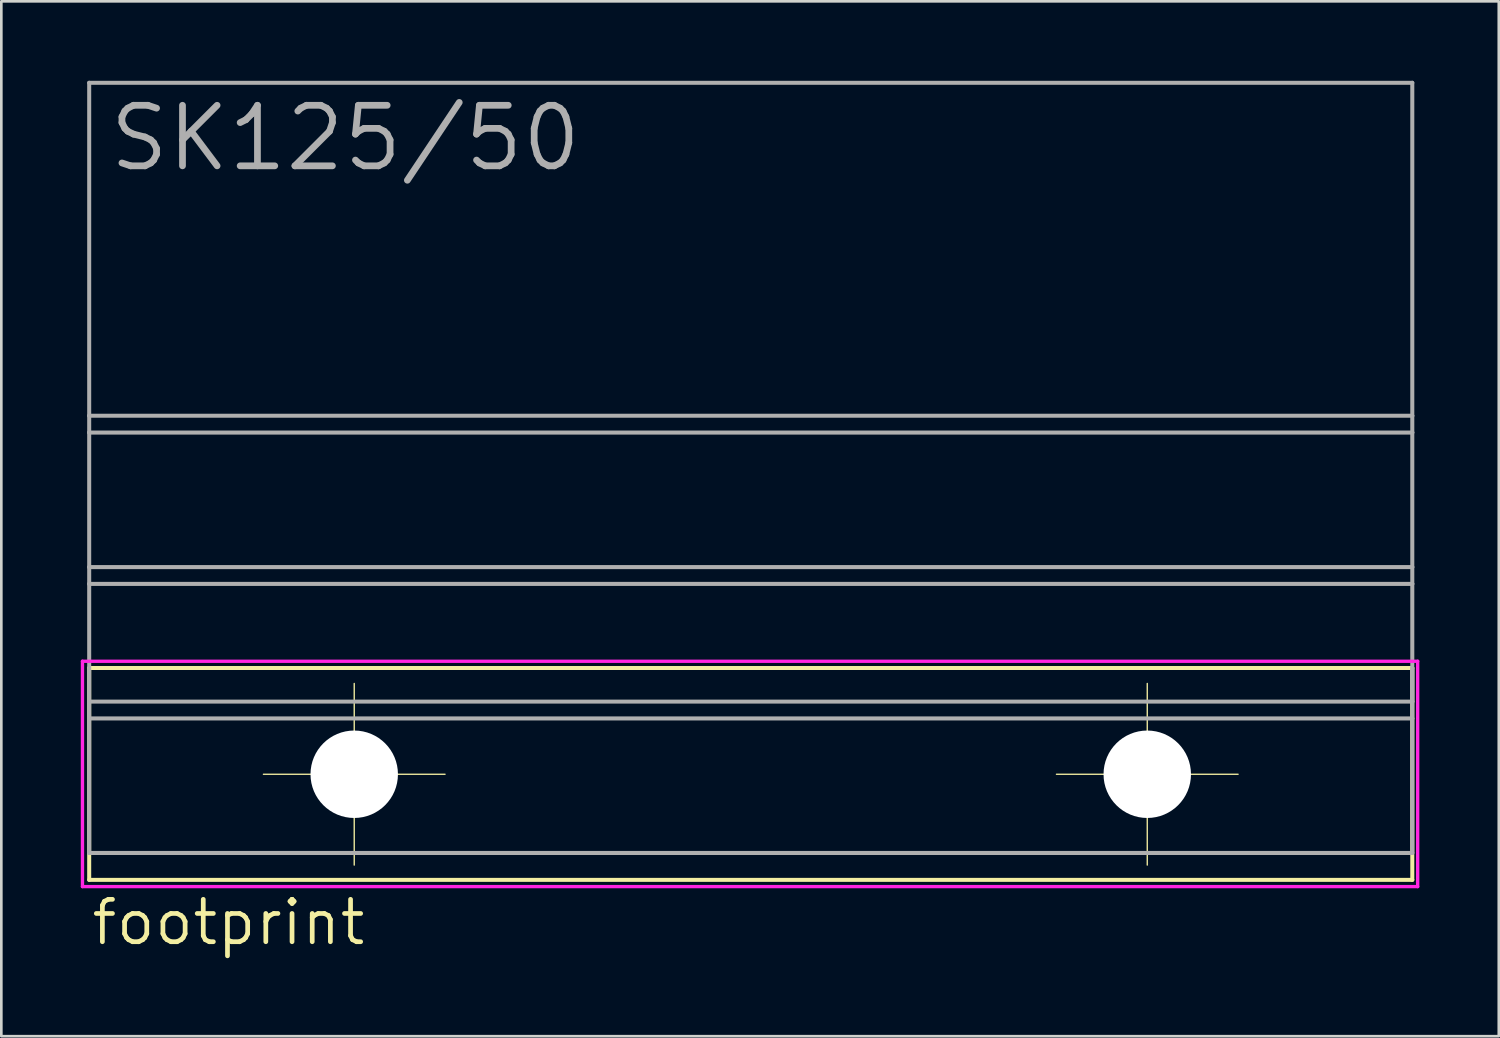
<source format=kicad_pcb>
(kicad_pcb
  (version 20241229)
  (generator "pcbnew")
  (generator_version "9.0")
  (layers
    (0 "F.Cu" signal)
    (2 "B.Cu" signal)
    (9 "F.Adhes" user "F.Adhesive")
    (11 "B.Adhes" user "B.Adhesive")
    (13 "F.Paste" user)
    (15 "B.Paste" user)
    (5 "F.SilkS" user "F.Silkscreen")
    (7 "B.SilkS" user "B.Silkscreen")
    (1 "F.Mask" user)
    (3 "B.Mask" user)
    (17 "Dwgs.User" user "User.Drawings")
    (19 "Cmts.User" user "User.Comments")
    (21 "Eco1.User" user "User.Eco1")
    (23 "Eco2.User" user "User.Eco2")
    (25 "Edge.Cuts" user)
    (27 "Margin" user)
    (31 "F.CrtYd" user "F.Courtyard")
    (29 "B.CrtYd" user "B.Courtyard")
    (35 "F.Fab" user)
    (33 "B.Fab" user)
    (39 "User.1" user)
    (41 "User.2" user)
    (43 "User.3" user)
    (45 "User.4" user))
  (footprint "footprint"
    (layer "F.Cu")
    (at 25.337 30.175)
    (property "Reference" "footprint" (at -25.019 2.54 0) (layer "F.SilkS") (effects (font (size 1.6 1.6) (thickness 0.178)) (justify left bottom)))
    (fp_line (start -25.019 -8.001) (end 24.943 -8.001) (stroke (width 0.152) (type solid)) (layer "F.SilkS"))
    (fp_line (start -25.019 0) (end -25.019 -8.001) (stroke (width 0.152) (type solid)) (layer "F.SilkS"))
    (fp_line (start -15.011 -7.417) (end -15.011 -0.559) (stroke (width 0.051) (type solid)) (layer "F.SilkS"))
    (fp_line (start -11.582 -3.988) (end -18.44 -3.988) (stroke (width 0.051) (type solid)) (layer "F.SilkS"))
    (fp_line (start 14.935 -7.417) (end 14.935 -0.559) (stroke (width 0.051) (type solid)) (layer "F.SilkS"))
    (fp_line (start 18.364 -3.988) (end 11.506 -3.988) (stroke (width 0.051) (type solid)) (layer "F.SilkS"))
    (fp_line (start 24.943 0) (end -25.019 0) (stroke (width 0.152) (type solid)) (layer "F.SilkS"))
    (fp_line (start 24.943 0) (end 24.943 -8.001) (stroke (width 0.152) (type solid)) (layer "F.SilkS"))
    (fp_line (start -25.273 -8.255) (end -25.273 0.254) (stroke (width 0.127) (type solid)) (layer "F.CrtYd"))
    (fp_line (start -25.273 -8.255) (end 25.146 -8.255) (stroke (width 0.127) (type solid)) (layer "F.CrtYd"))
    (fp_line (start 25.146 0.254) (end -25.273 0.254) (stroke (width 0.127) (type solid)) (layer "F.CrtYd"))
    (fp_line (start 25.146 0.254) (end 25.146 -8.255) (stroke (width 0.127) (type solid)) (layer "F.CrtYd"))
    (fp_line (start -25.019 -30.099) (end 24.943 -30.099) (stroke (width 0.152) (type solid)) (layer "F.Fab"))
    (fp_line (start -25.019 -17.526) (end -25.019 -30.099) (stroke (width 0.152) (type solid)) (layer "F.Fab"))
    (fp_line (start -25.019 -17.526) (end 24.943 -17.526) (stroke (width 0.152) (type solid)) (layer "F.Fab"))
    (fp_line (start -25.019 -16.891) (end -25.019 -17.526) (stroke (width 0.152) (type solid)) (layer "F.Fab"))
    (fp_line (start -25.019 -16.891) (end 24.943 -16.891) (stroke (width 0.152) (type solid)) (layer "F.Fab"))
    (fp_line (start -25.019 -11.811) (end -25.019 -16.891) (stroke (width 0.152) (type solid)) (layer "F.Fab"))
    (fp_line (start -25.019 -11.811) (end 24.943 -11.811) (stroke (width 0.152) (type solid)) (layer "F.Fab"))
    (fp_line (start -25.019 -11.176) (end -25.019 -11.811) (stroke (width 0.152) (type solid)) (layer "F.Fab"))
    (fp_line (start -25.019 -11.176) (end 24.943 -11.176) (stroke (width 0.152) (type solid)) (layer "F.Fab"))
    (fp_line (start -25.019 -6.731) (end -25.019 -11.176) (stroke (width 0.152) (type solid)) (layer "F.Fab"))
    (fp_line (start -25.019 -6.731) (end 24.943 -6.731) (stroke (width 0.152) (type solid)) (layer "F.Fab"))
    (fp_line (start -25.019 -6.096) (end -25.019 -6.731) (stroke (width 0.152) (type solid)) (layer "F.Fab"))
    (fp_line (start -25.019 -6.096) (end -25.019 -1.016) (stroke (width 0.152) (type solid)) (layer "F.Fab"))
    (fp_line (start -25.019 -6.096) (end 24.943 -6.096) (stroke (width 0.152) (type solid)) (layer "F.Fab"))
    (fp_line (start -25.019 -1.016) (end 24.943 -1.016) (stroke (width 0.152) (type solid)) (layer "F.Fab"))
    (fp_line (start 24.943 -17.526) (end 24.943 -30.099) (stroke (width 0.152) (type solid)) (layer "F.Fab"))
    (fp_line (start 24.943 -16.891) (end 24.943 -17.526) (stroke (width 0.152) (type solid)) (layer "F.Fab"))
    (fp_line (start 24.943 -11.811) (end 24.943 -16.891) (stroke (width 0.152) (type solid)) (layer "F.Fab"))
    (fp_line (start 24.943 -11.176) (end 24.943 -11.811) (stroke (width 0.152) (type solid)) (layer "F.Fab"))
    (fp_line (start 24.943 -8.001) (end 24.943 -6.731) (stroke (width 0.152) (type solid)) (layer "F.Fab"))
    (fp_line (start 24.943 -6.731) (end 24.943 -11.176) (stroke (width 0.152) (type solid)) (layer "F.Fab"))
    (fp_line (start 24.943 -6.731) (end 24.943 -6.096) (stroke (width 0.152) (type solid)) (layer "F.Fab"))
    (fp_line (start 24.943 -1.016) (end 24.943 -6.096) (stroke (width 0.152) (type solid)) (layer "F.Fab"))
    (fp_text user "SK125/50" (at -24.384 -26.67 0) (layer "F.Fab") (effects (font (size 2.286 2.286) (thickness 0.254)) (justify left bottom)))
    (pad "" np_thru_hole circle (at -15.011 -3.988) (size 3.302 3.302) (drill 3.302) (layers "*.Cu" "*.Mask"))
    (pad "" np_thru_hole circle (at 14.935 -3.988) (size 3.302 3.302) (drill 3.302) (layers "*.Cu" "*.Mask"))
    (zone (net_name "") (layer "B.Cu") (hatch edge 0.508) (connect_pads) (min_thickness 0.254) (filled_areas_thickness no) (keepout (tracks not_allowed) (vias not_allowed) (pads not_allowed) (copperpour not_allowed) (footprints allowed)) (placement (enabled no)) (fill) (polygon (pts (xy 14.719 26.187) (xy 14.653 25.424) (xy 14.454 24.684) (xy 14.131 23.99) (xy 13.691 23.363) (xy 13.15 22.821) (xy 12.522 22.382) (xy 11.828 22.058) (xy 11.088 21.86) (xy 10.325 21.793) (xy 9.562 21.86) (xy 8.822 22.058) (xy 8.128 22.382) (xy 7.501 22.821) (xy 6.959 23.363) (xy 6.52 23.99) (xy 6.196 24.684) (xy 5.998 25.424) (xy 5.931 26.187) (xy 5.998 26.95) (xy 6.196 27.69) (xy 6.52 28.384) (xy 6.959 29.012) (xy 7.501 29.554) (xy 8.128 29.993) (xy 8.822 30.317) (xy 9.562 30.515) (xy 10.325 30.582) (xy 11.088 30.515) (xy 11.828 30.317) (xy 12.522 29.993) (xy 13.15 29.554) (xy 13.691 29.012) (xy 14.131 28.384) (xy 14.454 27.69) (xy 14.653 26.95))) (polygon (pts (xy 12.027 26.187) (xy 12.001 25.892) (xy 11.924 25.605) (xy 11.799 25.337) (xy 11.629 25.094) (xy 11.419 24.884) (xy 11.176 24.714) (xy 10.907 24.588) (xy 10.621 24.511) (xy 10.325 24.486) (xy 10.03 24.511) (xy 9.743 24.588) (xy 9.474 24.714) (xy 9.231 24.884) (xy 9.021 25.094) (xy 8.851 25.337) (xy 8.726 25.605) (xy 8.649 25.892) (xy 8.623 26.187) (xy 8.649 26.483) (xy 8.726 26.769) (xy 8.851 27.038) (xy 9.021 27.281) (xy 9.231 27.491) (xy 9.474 27.661) (xy 9.743 27.787) (xy 10.03 27.863) (xy 10.325 27.889) (xy 10.621 27.863) (xy 10.907 27.787) (xy 11.176 27.661) (xy 11.419 27.491) (xy 11.629 27.281) (xy 11.799 27.038) (xy 11.924 26.769) (xy 12.001 26.483))))
    (zone (net_name "") (layer "B.Cu") (hatch edge 0.508) (connect_pads) (min_thickness 0.254) (filled_areas_thickness no) (keepout (tracks not_allowed) (vias not_allowed) (pads not_allowed) (copperpour not_allowed) (footprints allowed)) (placement (enabled no)) (fill) (polygon (pts (xy 44.666 26.187) (xy 44.599 25.424) (xy 44.401 24.684) (xy 44.077 23.99) (xy 43.638 23.363) (xy 43.096 22.821) (xy 42.469 22.382) (xy 41.775 22.058) (xy 41.035 21.86) (xy 40.272 21.793) (xy 39.509 21.86) (xy 38.769 22.058) (xy 38.075 22.382) (xy 37.447 22.821) (xy 36.906 23.363) (xy 36.466 23.99) (xy 36.143 24.684) (xy 35.944 25.424) (xy 35.877 26.187) (xy 35.944 26.95) (xy 36.143 27.69) (xy 36.466 28.384) (xy 36.906 29.012) (xy 37.447 29.554) (xy 38.075 29.993) (xy 38.769 30.317) (xy 39.509 30.515) (xy 40.272 30.582) (xy 41.035 30.515) (xy 41.775 30.317) (xy 42.469 29.993) (xy 43.096 29.554) (xy 43.638 29.012) (xy 44.077 28.384) (xy 44.401 27.69) (xy 44.599 26.95))) (polygon (pts (xy 41.974 26.187) (xy 41.948 25.892) (xy 41.871 25.605) (xy 41.746 25.337) (xy 41.575 25.094) (xy 41.366 24.884) (xy 41.123 24.714) (xy 40.854 24.588) (xy 40.567 24.511) (xy 40.272 24.486) (xy 39.976 24.511) (xy 39.69 24.588) (xy 39.421 24.714) (xy 39.178 24.884) (xy 38.968 25.094) (xy 38.798 25.337) (xy 38.673 25.605) (xy 38.596 25.892) (xy 38.57 26.187) (xy 38.596 26.483) (xy 38.673 26.769) (xy 38.798 27.038) (xy 38.968 27.281) (xy 39.178 27.491) (xy 39.421 27.661) (xy 39.69 27.787) (xy 39.976 27.863) (xy 40.272 27.889) (xy 40.567 27.863) (xy 40.854 27.787) (xy 41.123 27.661) (xy 41.366 27.491) (xy 41.575 27.281) (xy 41.746 27.038) (xy 41.871 26.769) (xy 41.948 26.483)))))
  (gr_rect
    (start -3 -3)
    (end 53.546 36.078)
    (stroke (width 0.1) (type default))
    (fill no)
    (layer "Edge.Cuts")))
</source>
